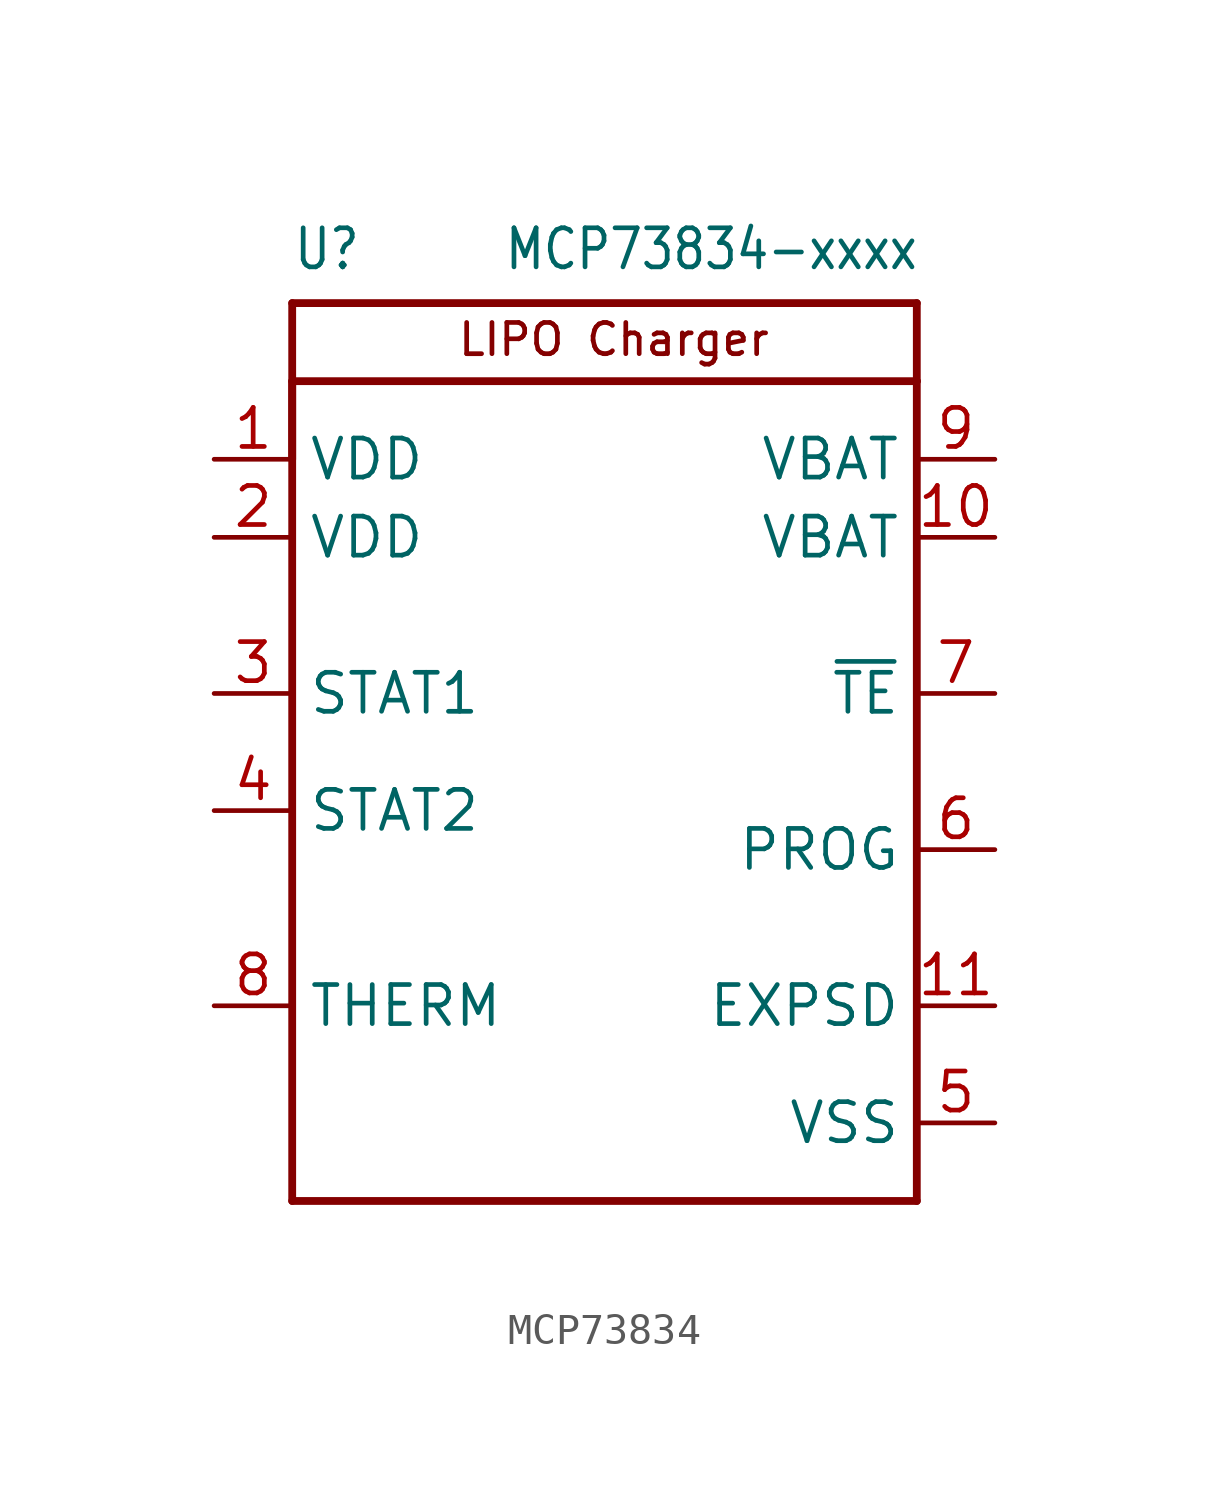
<source format=kicad_sym>
(kicad_symbol_lib
  (version 20241209)
  (generator "kicad_symbol_editor")
  (generator_version "9.0")
  (symbol "MCP73834"
    (property "Reference" "U"
      (at -11.43 14.986 0)
      (effects (font (size 1.27 1.079)) (justify left bottom)))
    (property "Value" "MCP73834-xxxx"
      (at -4.572 14.986 0)
      (effects (font (size 1.27 1.079)) (justify left bottom)))
    (symbol "MCP73834_1_0"
      (polyline (pts (xy -11.43 13.97) (xy -11.43 8.89)) (stroke (width 0.254) (type solid)) (fill (type none)))
      (polyline (pts (xy -11.43 13.97) (xy 8.89 13.97)) (stroke (width 0.254) (type solid)) (fill (type none)))
      (polyline (pts (xy -11.43 11.43) (xy 8.89 11.43)) (stroke (width 0.254) (type solid)) (fill (type none)))
      (polyline (pts (xy -11.43 -15.24) (xy -11.43 11.43)) (stroke (width 0.254) (type solid)) (fill (type none)))
      (polyline (pts (xy 8.89 13.97) (xy 8.89 11.43)) (stroke (width 0.254) (type solid)) (fill (type none)))
      (polyline (pts (xy 8.89 11.43) (xy 8.89 -15.24)) (stroke (width 0.254) (type solid)) (fill (type none)))
      (pin passive line (at -13.97 8.89 0) (length 2.54) (name "VDD" (effects (font (size 1.27 1.27)))) (number "1" (effects (font (size 1.27 1.27)))))
      (pin passive line (at -13.97 6.35 0) (length 2.54) (name "VDD" (effects (font (size 1.27 1.27)))) (number "2" (effects (font (size 1.27 1.27)))))
      (pin passive line (at -13.97 1.27 0) (length 2.54) (name "STAT1" (effects (font (size 1.27 1.27)))) (number "3" (effects (font (size 1.27 1.27)))))
      (pin passive line (at -13.97 -2.54 0) (length 2.54) (name "STAT2" (effects (font (size 1.27 1.27)))) (number "4" (effects (font (size 1.27 1.27)))))
      (pin passive line (at -13.97 -8.89 0) (length 2.54) (name "THERM" (effects (font (size 1.27 1.27)))) (number "8" (effects (font (size 1.27 1.27)))))
      (pin passive line (at 11.43 8.89 180) (length 2.54) (name "VBAT" (effects (font (size 1.27 1.27)))) (number "9" (effects (font (size 1.27 1.27)))))
      (pin passive line (at 11.43 6.35 180) (length 2.54) (name "VBAT" (effects (font (size 1.27 1.27)))) (number "10" (effects (font (size 1.27 1.27)))))
      (pin passive line (at 11.43 1.27 180) (length 2.54) (name "~{TE}" (effects (font (size 1.27 1.27)))) (number "7" (effects (font (size 1.27 1.27)))))
      (pin passive line (at 11.43 -3.81 180) (length 2.54) (name "PROG" (effects (font (size 1.27 1.27)))) (number "6" (effects (font (size 1.27 1.27)))))
      (pin passive line (at 11.43 -8.89 180) (length 2.54) (name "EXPSD" (effects (font (size 1.27 1.27)))) (number "11" (effects (font (size 1.27 1.27)))))
      (pin passive line (at 11.43 -12.7 180) (length 2.54) (name "VSS" (effects (font (size 1.27 1.27)))) (number "5" (effects (font (size 1.27 1.27))))))
    (symbol "MCP73834_1_1"
      (polyline (pts (xy 8.89 -15.24) (xy -11.43 -15.24)) (stroke (width 0.254) (type solid)) (fill (type none)))
      (text "LIPO Charger" (at -6.096 12.192 0) (effects (font (size 1.016 1.016)) (justify left bottom))))))
</source>
